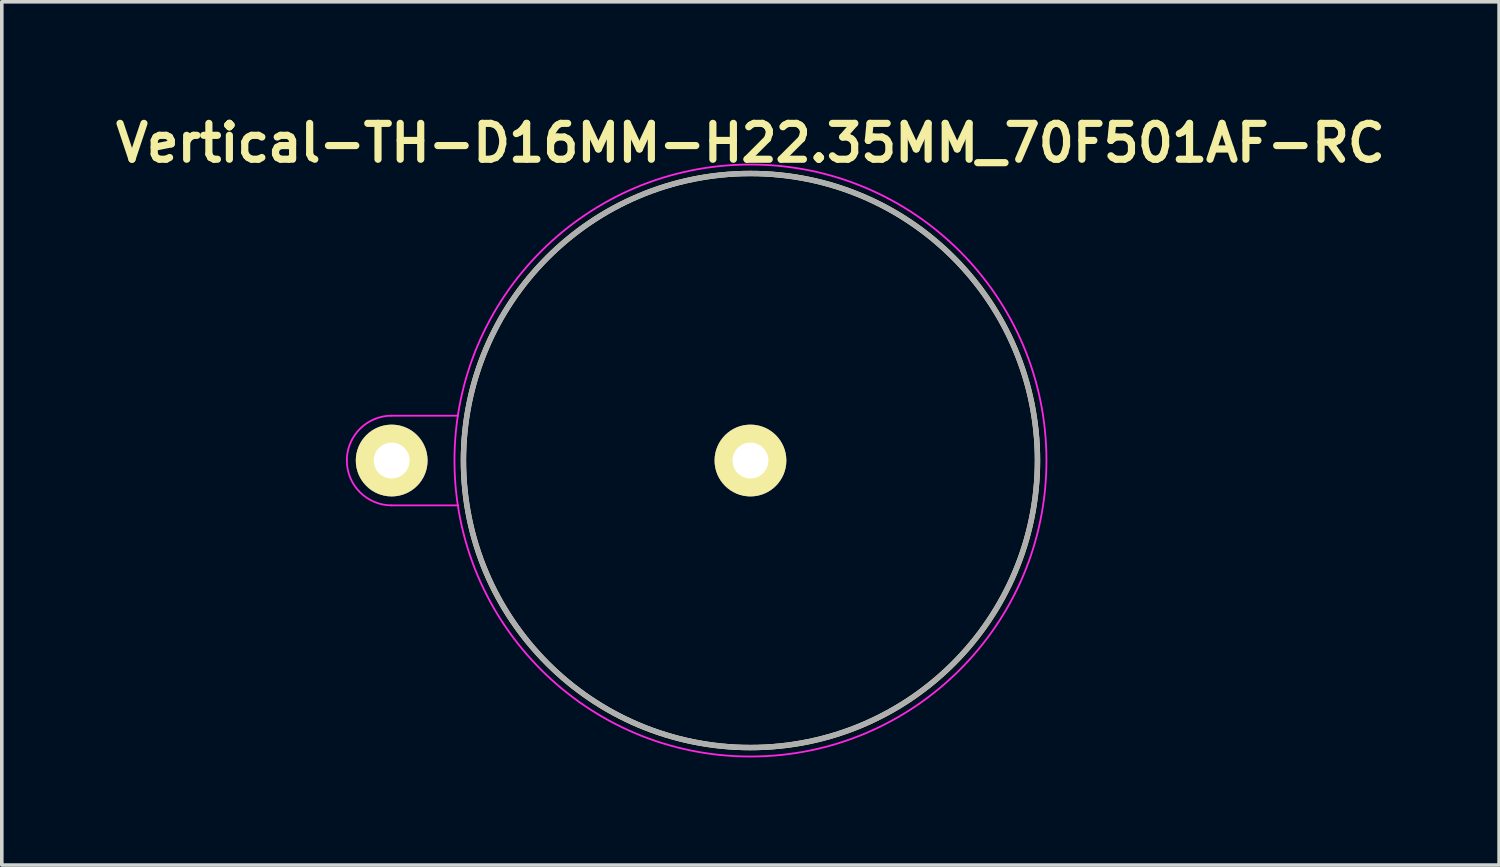
<source format=kicad_pcb>
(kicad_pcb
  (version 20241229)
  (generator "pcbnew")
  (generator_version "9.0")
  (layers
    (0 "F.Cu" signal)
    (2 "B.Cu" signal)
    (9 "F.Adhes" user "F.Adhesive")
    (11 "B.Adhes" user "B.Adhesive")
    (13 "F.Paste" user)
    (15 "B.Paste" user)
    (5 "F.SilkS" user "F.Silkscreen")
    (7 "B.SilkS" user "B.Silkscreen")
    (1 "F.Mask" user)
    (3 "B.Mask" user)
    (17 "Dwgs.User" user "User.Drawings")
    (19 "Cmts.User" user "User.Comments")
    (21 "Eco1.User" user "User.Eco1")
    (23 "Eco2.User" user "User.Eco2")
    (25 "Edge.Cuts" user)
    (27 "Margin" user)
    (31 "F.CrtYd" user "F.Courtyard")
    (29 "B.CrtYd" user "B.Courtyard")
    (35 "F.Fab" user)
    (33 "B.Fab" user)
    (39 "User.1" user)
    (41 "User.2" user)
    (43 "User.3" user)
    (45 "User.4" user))
  (footprint "Vertical-TH-D16MM-H22.35MM_70F501AF-RC"
    (layer "F.Cu")
    (at 17.867 9.786)
    (property "Reference" "Vertical-TH-D16MM-H22.35MM_70F501AF-RC" (at 0 -8.85 0) (layer "F.SilkS") (effects (font (size 1 1) (thickness 0.2))))
    (attr through_hole)
    (fp_circle (center 0 0) (end 8 0) (stroke (width 0.15) (type solid)) (fill no) (layer "F.SilkS"))
    (fp_line (start -8.15 -1.25) (end -10 -1.25) (stroke (width 0.05) (type solid)) (layer "F.CrtYd"))
    (fp_line (start -8.15 1.25) (end -10 1.25) (stroke (width 0.05) (type solid)) (layer "F.CrtYd"))
    (fp_arc (start -11.25 0) (mid -10.883883 -0.883883) (end -10 -1.25) (stroke (width 0.05) (type solid)) (layer "F.CrtYd"))
    (fp_arc (start -10 1.25) (mid -10.883883 0.883883) (end -11.25 0) (stroke (width 0.05) (type solid)) (layer "F.CrtYd"))
    (fp_circle (center 0 0) (end 0 8.25) (stroke (width 0.05) (type solid)) (fill no) (layer "F.CrtYd"))
    (fp_circle (center 0 0) (end 8 0) (stroke (width 0.15) (type solid)) (fill no) (layer "F.Fab"))
    (pad "1" thru_hole circle (at 0 0) (size 2 2) (drill 1) (layers "*.Cu" "*.Mask" "F.SilkS"))
    (pad "2" thru_hole circle (at -10 0) (size 2 2) (drill 1) (layers "*.Cu" "*.Mask" "F.SilkS")))
  (gr_rect
    (start -3 -3)
    (end 38.733 21.061)
    (stroke (width 0.1) (type default))
    (fill no)
    (layer "Edge.Cuts")))
</source>
